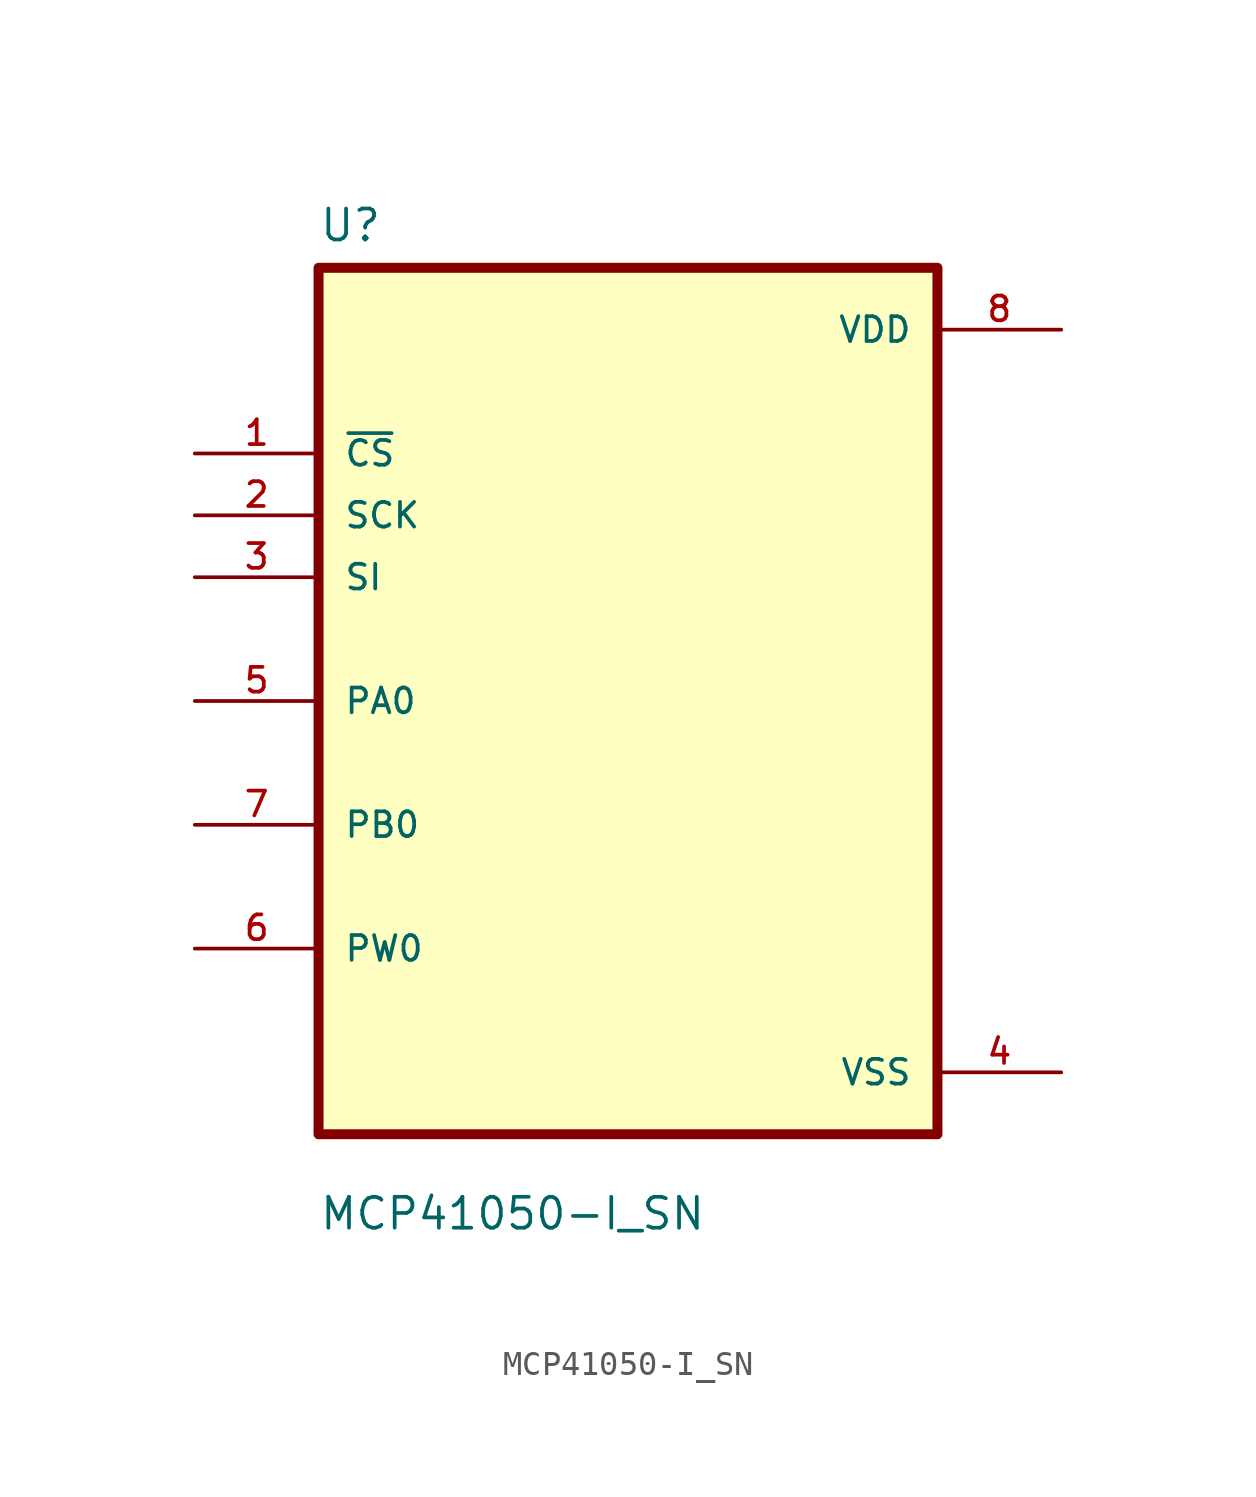
<source format=kicad_sym>
(kicad_symbol_lib
  (version 20211014)
  (generator kicad_symbol_editor)
  (symbol "MCP41050-I_SN"
    (pin_names
      (offset 1.016))
    (property "Reference" "U"
      (at -12.7 18.78 0.0)
      (effects (font (size 1.27 1.27)) (justify bottom left)))
    (property "Value" "MCP41050-I_SN"
      (at -12.7 -21.78 0.0)
      (effects (font (size 1.27 1.27)) (justify bottom left)))
    (symbol "MCP41050-I_SN_0_0"
      (rectangle (start -12.7 -17.78) (end 12.7 17.78) (stroke (width 0.41)) (fill (type background)))
      (pin input line (at -17.78 10.16 0) (length 5.08) (name "~{CS}" (effects (font (size 1.016 1.016)))) (number "1" (effects (font (size 1.016 1.016)))))
      (pin input line (at -17.78 7.62 0) (length 5.08) (name "SCK" (effects (font (size 1.016 1.016)))) (number "2" (effects (font (size 1.016 1.016)))))
      (pin input line (at -17.78 5.08 0) (length 5.08) (name "SI" (effects (font (size 1.016 1.016)))) (number "3" (effects (font (size 1.016 1.016)))))
      (pin bidirectional line (at -17.78 0.0 0) (length 5.08) (name "PA0" (effects (font (size 1.016 1.016)))) (number "5" (effects (font (size 1.016 1.016)))))
      (pin bidirectional line (at -17.78 -5.08 0) (length 5.08) (name "PB0" (effects (font (size 1.016 1.016)))) (number "7" (effects (font (size 1.016 1.016)))))
      (pin bidirectional line (at -17.78 -10.16 0) (length 5.08) (name "PW0" (effects (font (size 1.016 1.016)))) (number "6" (effects (font (size 1.016 1.016)))))
      (pin power_in line (at 17.78 15.24 180.0) (length 5.08) (name "VDD" (effects (font (size 1.016 1.016)))) (number "8" (effects (font (size 1.016 1.016)))))
      (pin power_in line (at 17.78 -15.24 180.0) (length 5.08) (name "VSS" (effects (font (size 1.016 1.016)))) (number "4" (effects (font (size 1.016 1.016))))))))
</source>
